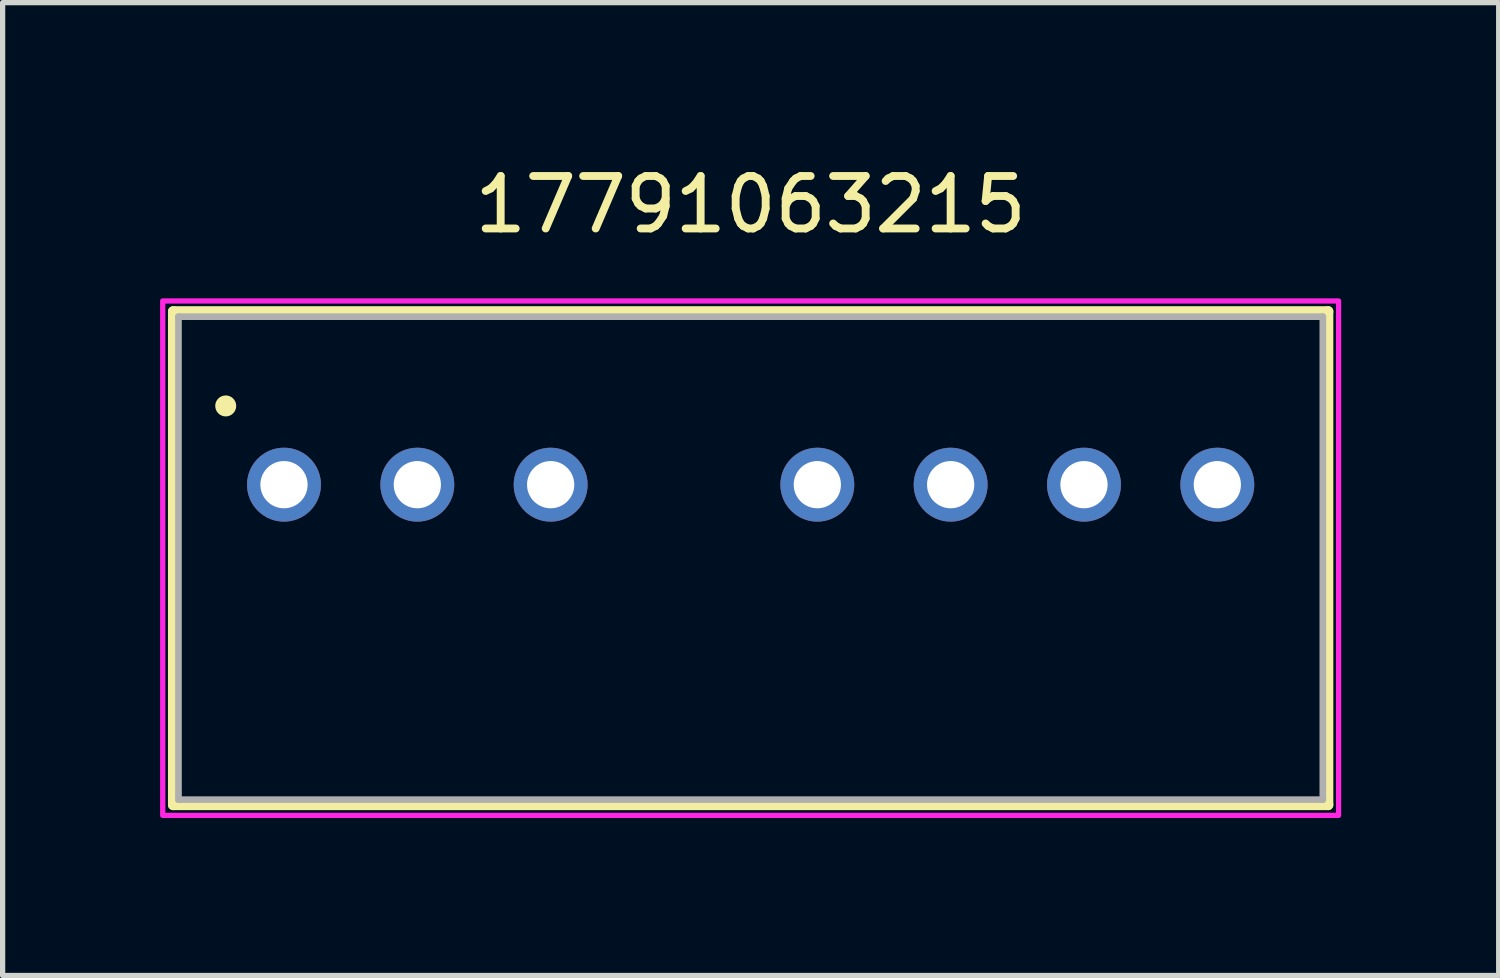
<source format=kicad_pcb>
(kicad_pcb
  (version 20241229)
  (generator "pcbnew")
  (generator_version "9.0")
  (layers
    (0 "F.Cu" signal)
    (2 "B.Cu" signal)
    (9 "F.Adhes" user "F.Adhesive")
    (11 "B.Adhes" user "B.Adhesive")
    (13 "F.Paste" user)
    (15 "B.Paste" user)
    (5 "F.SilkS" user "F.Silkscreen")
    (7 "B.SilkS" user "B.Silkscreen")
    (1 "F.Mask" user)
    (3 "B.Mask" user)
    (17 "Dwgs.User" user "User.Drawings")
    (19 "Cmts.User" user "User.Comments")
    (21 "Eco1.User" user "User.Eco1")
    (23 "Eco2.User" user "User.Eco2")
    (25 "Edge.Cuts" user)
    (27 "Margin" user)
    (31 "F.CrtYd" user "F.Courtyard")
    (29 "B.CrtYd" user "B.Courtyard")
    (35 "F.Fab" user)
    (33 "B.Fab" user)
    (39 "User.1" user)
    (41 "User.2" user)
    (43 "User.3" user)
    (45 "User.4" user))
  (footprint "17791063215"
    (layer "F.Cu")
    (at 11.25 7.583)
    (property "Reference" "17791063215" (at 0 -6.735 0) (layer "F.SilkS") (effects (font (size 1 1) (thickness 0.15))))
    (attr through_hole)
    (fp_line (start -11 -4.7) (end 11 -4.7) (stroke (width 0.2) (type solid)) (layer "F.SilkS"))
    (fp_line (start -11 4.7) (end -11 -4.7) (stroke (width 0.2) (type solid)) (layer "F.SilkS"))
    (fp_line (start 11 -4.7) (end 11 4.7) (stroke (width 0.2) (type solid)) (layer "F.SilkS"))
    (fp_line (start 11 4.7) (end -11 4.7) (stroke (width 0.2) (type solid)) (layer "F.SilkS"))
    (fp_circle (center -10 -2.9) (end -9.9 -2.9) (stroke (width 0.2) (type solid)) (fill no) (layer "F.SilkS"))
    (fp_poly (pts (xy -11.2 -4.9) (xy 11.2 -4.9) (xy 11.2 4.9) (xy -11.2 4.9)) (stroke (width 0.1) (type solid)) (fill no) (layer "F.CrtYd"))
    (fp_line (start -10.9 -4.6) (end 10.9 -4.6) (stroke (width 0.127) (type solid)) (layer "F.Fab"))
    (fp_line (start -10.9 4.6) (end -10.9 -4.6) (stroke (width 0.127) (type solid)) (layer "F.Fab"))
    (fp_line (start 10.9 -4.6) (end 10.9 4.6) (stroke (width 0.127) (type solid)) (layer "F.Fab"))
    (fp_line (start 10.9 4.6) (end -10.9 4.6) (stroke (width 0.127) (type solid)) (layer "F.Fab"))
    (pad "1" thru_hole circle (at -8.89 -1.4) (size 1.408 1.408) (drill 0.9) (layers "*.Cu" "*.Mask"))
    (pad "2" thru_hole circle (at -6.35 -1.4) (size 1.408 1.408) (drill 0.9) (layers "*.Cu" "*.Mask"))
    (pad "3" thru_hole circle (at -3.81 -1.4) (size 1.408 1.408) (drill 0.9) (layers "*.Cu" "*.Mask"))
    (pad "5" thru_hole circle (at 1.27 -1.4) (size 1.408 1.408) (drill 0.9) (layers "*.Cu" "*.Mask"))
    (pad "6" thru_hole circle (at 3.81 -1.4) (size 1.408 1.408) (drill 0.9) (layers "*.Cu" "*.Mask"))
    (pad "7" thru_hole circle (at 6.35 -1.4) (size 1.408 1.408) (drill 0.9) (layers "*.Cu" "*.Mask"))
    (pad "8" thru_hole circle (at 8.89 -1.4) (size 1.408 1.408) (drill 0.9) (layers "*.Cu" "*.Mask")))
  (gr_rect
    (start -3 -3)
    (end 25.5 15.533)
    (stroke (width 0.1) (type default))
    (fill no)
    (layer "Edge.Cuts")))
</source>
